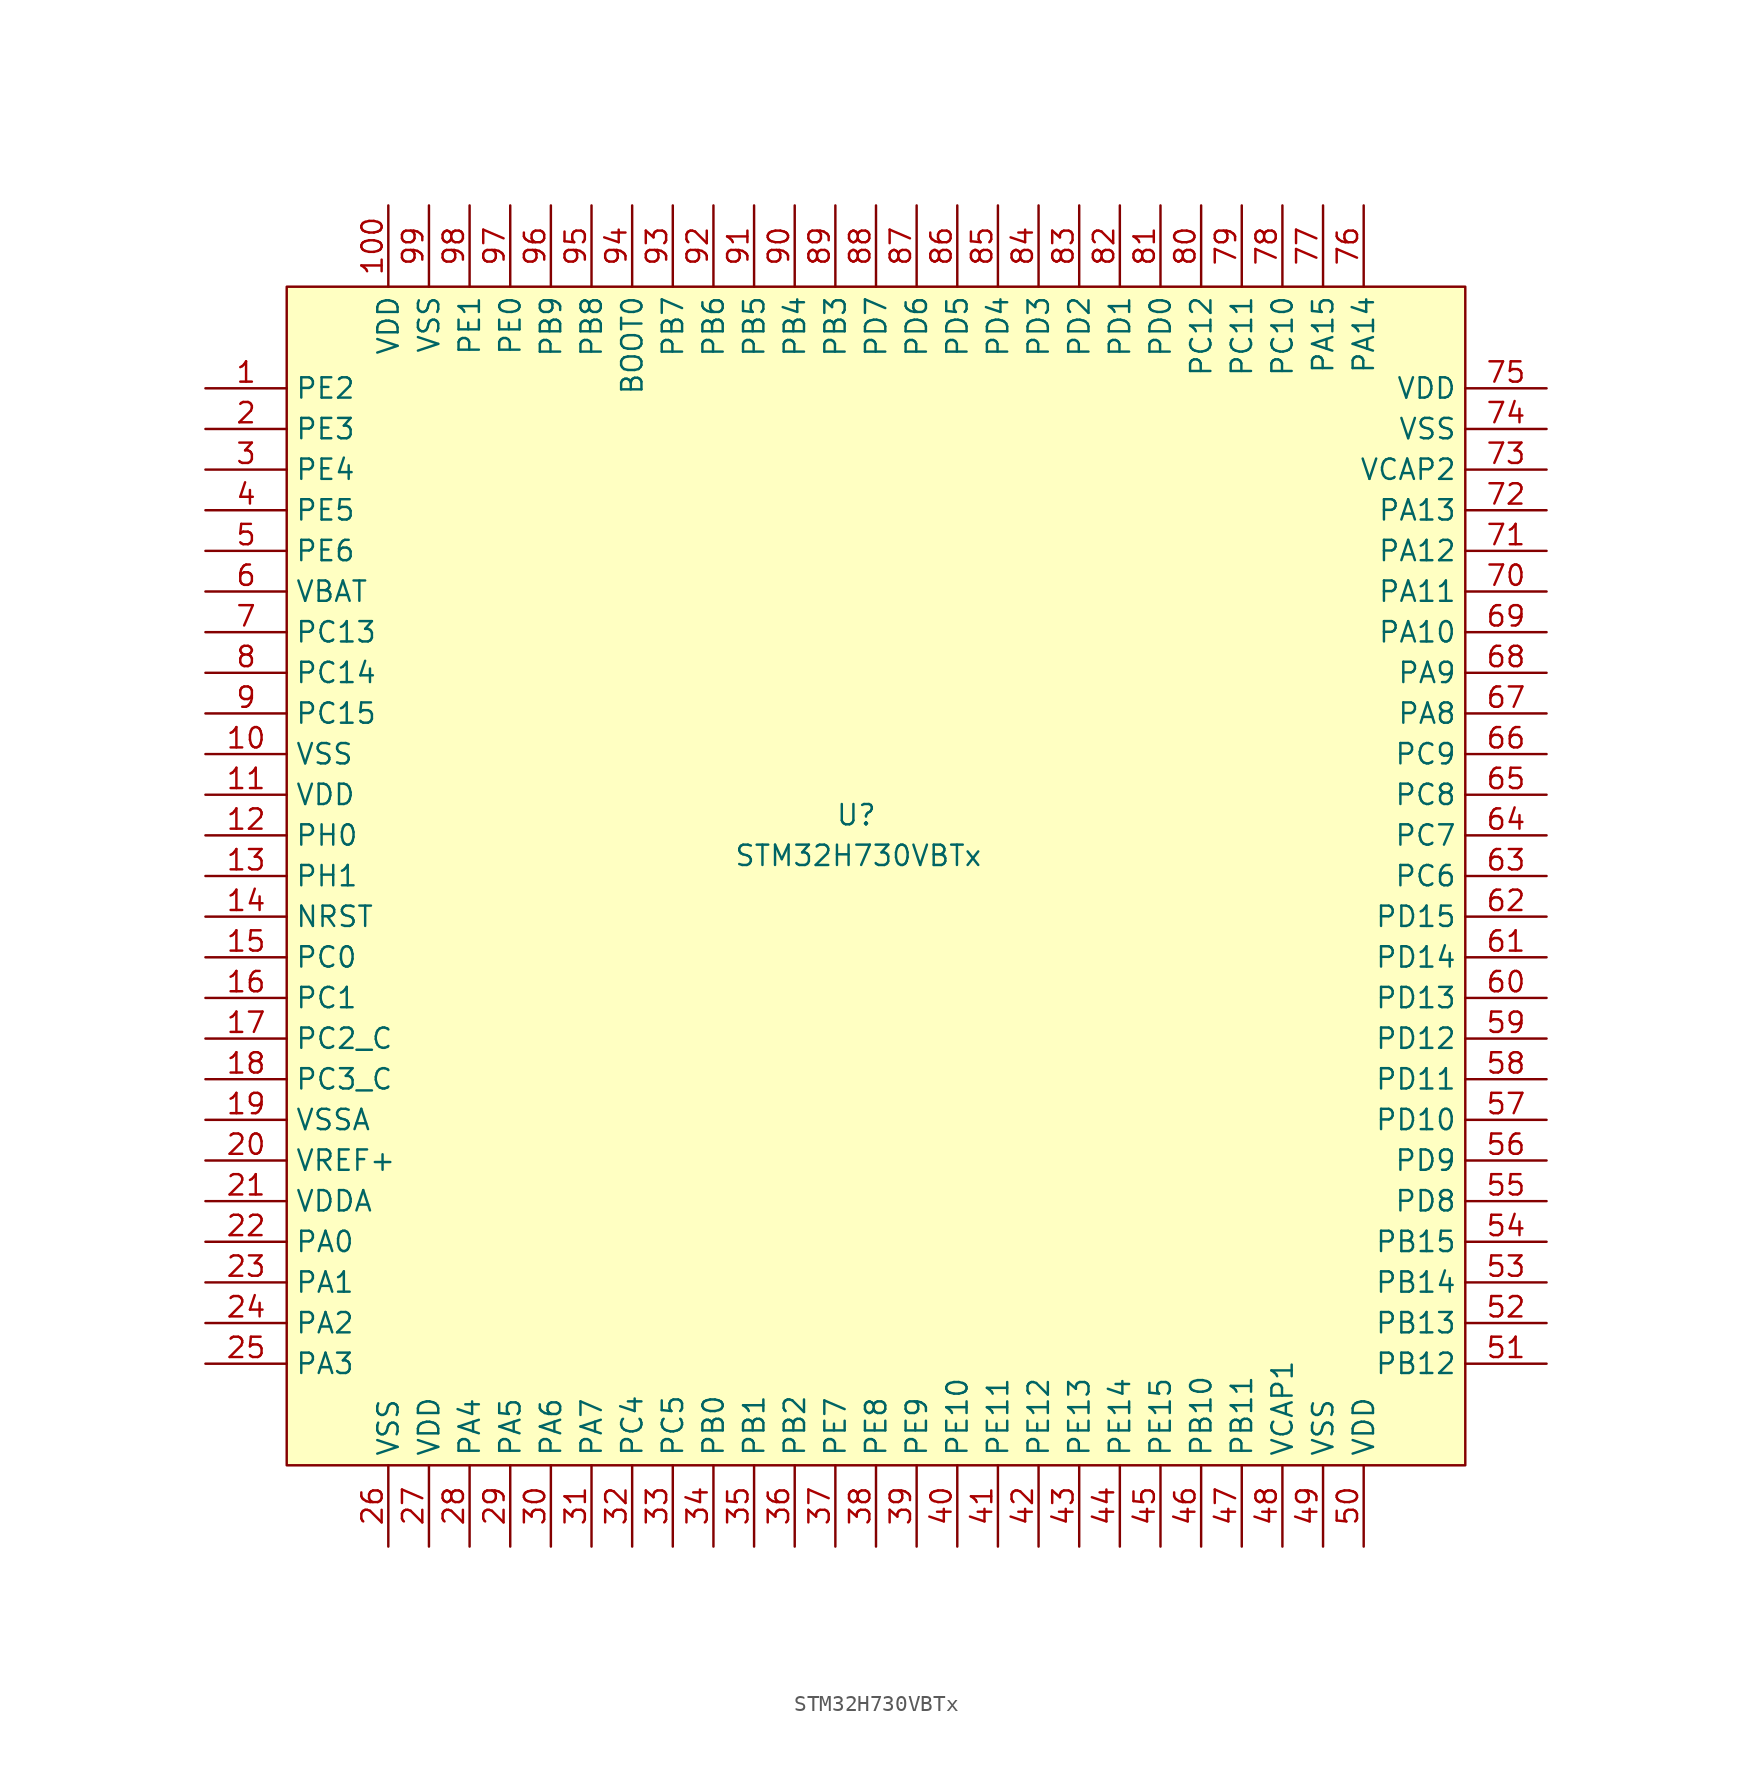
<source format=kicad_sym>
(kicad_symbol_lib
  (version 20211014)
  (generator kicad_symbol_editor)
  (symbol "STM32H730VBTx"
    (property "Reference" "U"
      (at -2.54 3.81 0)
      (effects (font (size 1.27 1.27)) (justify left)))
    (property "Value" "STM32H730VBTx"
      (at -8.89 1.27 0)
      (effects (font (size 1.27 1.27)) (justify left)))
    (symbol "STM32H730VBTx_0_1"
      (rectangle (start -36.83 36.83) (end 36.83 -36.83) (stroke (width 0) (type default) (color 0 0 0 0)) (fill (type background))))
    (symbol "STM32H730VBTx_1_1"
      (pin bidirectional line (at -41.91 30.48 0) (length 5.08) (name "PE2" (effects (font (size 1.27 1.27)))) (number "1" (effects (font (size 1.27 1.27)))))
      (pin power_in line (at -41.91 7.62 0) (length 5.08) (name "VSS" (effects (font (size 1.27 1.27)))) (number "10" (effects (font (size 1.27 1.27)))))
      (pin power_in line (at -30.48 41.91 270) (length 5.08) (name "VDD" (effects (font (size 1.27 1.27)))) (number "100" (effects (font (size 1.27 1.27)))))
      (pin power_in line (at -41.91 5.08 0) (length 5.08) (name "VDD" (effects (font (size 1.27 1.27)))) (number "11" (effects (font (size 1.27 1.27)))))
      (pin input line (at -41.91 2.54 0) (length 5.08) (name "PH0" (effects (font (size 1.27 1.27)))) (number "12" (effects (font (size 1.27 1.27)))))
      (pin input line (at -41.91 0 0) (length 5.08) (name "PH1" (effects (font (size 1.27 1.27)))) (number "13" (effects (font (size 1.27 1.27)))))
      (pin input line (at -41.91 -2.54 0) (length 5.08) (name "NRST" (effects (font (size 1.27 1.27)))) (number "14" (effects (font (size 1.27 1.27)))))
      (pin bidirectional line (at -41.91 -5.08 0) (length 5.08) (name "PC0" (effects (font (size 1.27 1.27)))) (number "15" (effects (font (size 1.27 1.27)))))
      (pin bidirectional line (at -41.91 -7.62 0) (length 5.08) (name "PC1" (effects (font (size 1.27 1.27)))) (number "16" (effects (font (size 1.27 1.27)))))
      (pin bidirectional line (at -41.91 -10.16 0) (length 5.08) (name "PC2_C" (effects (font (size 1.27 1.27)))) (number "17" (effects (font (size 1.27 1.27)))))
      (pin bidirectional line (at -41.91 -12.7 0) (length 5.08) (name "PC3_C" (effects (font (size 1.27 1.27)))) (number "18" (effects (font (size 1.27 1.27)))))
      (pin power_in line (at -41.91 -15.24 0) (length 5.08) (name "VSSA" (effects (font (size 1.27 1.27)))) (number "19" (effects (font (size 1.27 1.27)))))
      (pin bidirectional line (at -41.91 27.94 0) (length 5.08) (name "PE3" (effects (font (size 1.27 1.27)))) (number "2" (effects (font (size 1.27 1.27)))))
      (pin input line (at -41.91 -17.78 0) (length 5.08) (name "VREF+" (effects (font (size 1.27 1.27)))) (number "20" (effects (font (size 1.27 1.27)))))
      (pin power_in line (at -41.91 -20.32 0) (length 5.08) (name "VDDA" (effects (font (size 1.27 1.27)))) (number "21" (effects (font (size 1.27 1.27)))))
      (pin bidirectional line (at -41.91 -22.86 0) (length 5.08) (name "PA0" (effects (font (size 1.27 1.27)))) (number "22" (effects (font (size 1.27 1.27)))))
      (pin bidirectional line (at -41.91 -25.4 0) (length 5.08) (name "PA1" (effects (font (size 1.27 1.27)))) (number "23" (effects (font (size 1.27 1.27)))))
      (pin bidirectional line (at -41.91 -27.94 0) (length 5.08) (name "PA2" (effects (font (size 1.27 1.27)))) (number "24" (effects (font (size 1.27 1.27)))))
      (pin bidirectional line (at -41.91 -30.48 0) (length 5.08) (name "PA3" (effects (font (size 1.27 1.27)))) (number "25" (effects (font (size 1.27 1.27)))))
      (pin power_in line (at -30.48 -41.91 90) (length 5.08) (name "VSS" (effects (font (size 1.27 1.27)))) (number "26" (effects (font (size 1.27 1.27)))))
      (pin power_in line (at -27.94 -41.91 90) (length 5.08) (name "VDD" (effects (font (size 1.27 1.27)))) (number "27" (effects (font (size 1.27 1.27)))))
      (pin bidirectional line (at -25.4 -41.91 90) (length 5.08) (name "PA4" (effects (font (size 1.27 1.27)))) (number "28" (effects (font (size 1.27 1.27)))))
      (pin bidirectional line (at -22.86 -41.91 90) (length 5.08) (name "PA5" (effects (font (size 1.27 1.27)))) (number "29" (effects (font (size 1.27 1.27)))))
      (pin bidirectional line (at -41.91 25.4 0) (length 5.08) (name "PE4" (effects (font (size 1.27 1.27)))) (number "3" (effects (font (size 1.27 1.27)))))
      (pin bidirectional line (at -20.32 -41.91 90) (length 5.08) (name "PA6" (effects (font (size 1.27 1.27)))) (number "30" (effects (font (size 1.27 1.27)))))
      (pin bidirectional line (at -17.78 -41.91 90) (length 5.08) (name "PA7" (effects (font (size 1.27 1.27)))) (number "31" (effects (font (size 1.27 1.27)))))
      (pin bidirectional line (at -15.24 -41.91 90) (length 5.08) (name "PC4" (effects (font (size 1.27 1.27)))) (number "32" (effects (font (size 1.27 1.27)))))
      (pin bidirectional line (at -12.7 -41.91 90) (length 5.08) (name "PC5" (effects (font (size 1.27 1.27)))) (number "33" (effects (font (size 1.27 1.27)))))
      (pin bidirectional line (at -10.16 -41.91 90) (length 5.08) (name "PB0" (effects (font (size 1.27 1.27)))) (number "34" (effects (font (size 1.27 1.27)))))
      (pin bidirectional line (at -7.62 -41.91 90) (length 5.08) (name "PB1" (effects (font (size 1.27 1.27)))) (number "35" (effects (font (size 1.27 1.27)))))
      (pin bidirectional line (at -5.08 -41.91 90) (length 5.08) (name "PB2" (effects (font (size 1.27 1.27)))) (number "36" (effects (font (size 1.27 1.27)))))
      (pin bidirectional line (at -2.54 -41.91 90) (length 5.08) (name "PE7" (effects (font (size 1.27 1.27)))) (number "37" (effects (font (size 1.27 1.27)))))
      (pin bidirectional line (at 0 -41.91 90) (length 5.08) (name "PE8" (effects (font (size 1.27 1.27)))) (number "38" (effects (font (size 1.27 1.27)))))
      (pin bidirectional line (at 2.54 -41.91 90) (length 5.08) (name "PE9" (effects (font (size 1.27 1.27)))) (number "39" (effects (font (size 1.27 1.27)))))
      (pin bidirectional line (at -41.91 22.86 0) (length 5.08) (name "PE5" (effects (font (size 1.27 1.27)))) (number "4" (effects (font (size 1.27 1.27)))))
      (pin bidirectional line (at 5.08 -41.91 90) (length 5.08) (name "PE10" (effects (font (size 1.27 1.27)))) (number "40" (effects (font (size 1.27 1.27)))))
      (pin bidirectional line (at 7.62 -41.91 90) (length 5.08) (name "PE11" (effects (font (size 1.27 1.27)))) (number "41" (effects (font (size 1.27 1.27)))))
      (pin bidirectional line (at 10.16 -41.91 90) (length 5.08) (name "PE12" (effects (font (size 1.27 1.27)))) (number "42" (effects (font (size 1.27 1.27)))))
      (pin bidirectional line (at 12.7 -41.91 90) (length 5.08) (name "PE13" (effects (font (size 1.27 1.27)))) (number "43" (effects (font (size 1.27 1.27)))))
      (pin bidirectional line (at 15.24 -41.91 90) (length 5.08) (name "PE14" (effects (font (size 1.27 1.27)))) (number "44" (effects (font (size 1.27 1.27)))))
      (pin bidirectional line (at 17.78 -41.91 90) (length 5.08) (name "PE15" (effects (font (size 1.27 1.27)))) (number "45" (effects (font (size 1.27 1.27)))))
      (pin bidirectional line (at 20.32 -41.91 90) (length 5.08) (name "PB10" (effects (font (size 1.27 1.27)))) (number "46" (effects (font (size 1.27 1.27)))))
      (pin bidirectional line (at 22.86 -41.91 90) (length 5.08) (name "PB11" (effects (font (size 1.27 1.27)))) (number "47" (effects (font (size 1.27 1.27)))))
      (pin passive line (at 25.4 -41.91 90) (length 5.08) (name "VCAP1" (effects (font (size 1.27 1.27)))) (number "48" (effects (font (size 1.27 1.27)))))
      (pin power_in line (at 27.94 -41.91 90) (length 5.08) (name "VSS" (effects (font (size 1.27 1.27)))) (number "49" (effects (font (size 1.27 1.27)))))
      (pin bidirectional line (at -41.91 20.32 0) (length 5.08) (name "PE6" (effects (font (size 1.27 1.27)))) (number "5" (effects (font (size 1.27 1.27)))))
      (pin power_in line (at 30.48 -41.91 90) (length 5.08) (name "VDD" (effects (font (size 1.27 1.27)))) (number "50" (effects (font (size 1.27 1.27)))))
      (pin bidirectional line (at 41.91 -30.48 180) (length 5.08) (name "PB12" (effects (font (size 1.27 1.27)))) (number "51" (effects (font (size 1.27 1.27)))))
      (pin bidirectional line (at 41.91 -27.94 180) (length 5.08) (name "PB13" (effects (font (size 1.27 1.27)))) (number "52" (effects (font (size 1.27 1.27)))))
      (pin bidirectional line (at 41.91 -25.4 180) (length 5.08) (name "PB14" (effects (font (size 1.27 1.27)))) (number "53" (effects (font (size 1.27 1.27)))))
      (pin bidirectional line (at 41.91 -22.86 180) (length 5.08) (name "PB15" (effects (font (size 1.27 1.27)))) (number "54" (effects (font (size 1.27 1.27)))))
      (pin bidirectional line (at 41.91 -20.32 180) (length 5.08) (name "PD8" (effects (font (size 1.27 1.27)))) (number "55" (effects (font (size 1.27 1.27)))))
      (pin bidirectional line (at 41.91 -17.78 180) (length 5.08) (name "PD9" (effects (font (size 1.27 1.27)))) (number "56" (effects (font (size 1.27 1.27)))))
      (pin bidirectional line (at 41.91 -15.24 180) (length 5.08) (name "PD10" (effects (font (size 1.27 1.27)))) (number "57" (effects (font (size 1.27 1.27)))))
      (pin bidirectional line (at 41.91 -12.7 180) (length 5.08) (name "PD11" (effects (font (size 1.27 1.27)))) (number "58" (effects (font (size 1.27 1.27)))))
      (pin bidirectional line (at 41.91 -10.16 180) (length 5.08) (name "PD12" (effects (font (size 1.27 1.27)))) (number "59" (effects (font (size 1.27 1.27)))))
      (pin power_in line (at -41.91 17.78 0) (length 5.08) (name "VBAT" (effects (font (size 1.27 1.27)))) (number "6" (effects (font (size 1.27 1.27)))))
      (pin bidirectional line (at 41.91 -7.62 180) (length 5.08) (name "PD13" (effects (font (size 1.27 1.27)))) (number "60" (effects (font (size 1.27 1.27)))))
      (pin bidirectional line (at 41.91 -5.08 180) (length 5.08) (name "PD14" (effects (font (size 1.27 1.27)))) (number "61" (effects (font (size 1.27 1.27)))))
      (pin bidirectional line (at 41.91 -2.54 180) (length 5.08) (name "PD15" (effects (font (size 1.27 1.27)))) (number "62" (effects (font (size 1.27 1.27)))))
      (pin bidirectional line (at 41.91 0 180) (length 5.08) (name "PC6" (effects (font (size 1.27 1.27)))) (number "63" (effects (font (size 1.27 1.27)))))
      (pin bidirectional line (at 41.91 2.54 180) (length 5.08) (name "PC7" (effects (font (size 1.27 1.27)))) (number "64" (effects (font (size 1.27 1.27)))))
      (pin bidirectional line (at 41.91 5.08 180) (length 5.08) (name "PC8" (effects (font (size 1.27 1.27)))) (number "65" (effects (font (size 1.27 1.27)))))
      (pin bidirectional line (at 41.91 7.62 180) (length 5.08) (name "PC9" (effects (font (size 1.27 1.27)))) (number "66" (effects (font (size 1.27 1.27)))))
      (pin bidirectional line (at 41.91 10.16 180) (length 5.08) (name "PA8" (effects (font (size 1.27 1.27)))) (number "67" (effects (font (size 1.27 1.27)))))
      (pin bidirectional line (at 41.91 12.7 180) (length 5.08) (name "PA9" (effects (font (size 1.27 1.27)))) (number "68" (effects (font (size 1.27 1.27)))))
      (pin bidirectional line (at 41.91 15.24 180) (length 5.08) (name "PA10" (effects (font (size 1.27 1.27)))) (number "69" (effects (font (size 1.27 1.27)))))
      (pin bidirectional line (at -41.91 15.24 0) (length 5.08) (name "PC13" (effects (font (size 1.27 1.27)))) (number "7" (effects (font (size 1.27 1.27)))))
      (pin bidirectional line (at 41.91 17.78 180) (length 5.08) (name "PA11" (effects (font (size 1.27 1.27)))) (number "70" (effects (font (size 1.27 1.27)))))
      (pin bidirectional line (at 41.91 20.32 180) (length 5.08) (name "PA12" (effects (font (size 1.27 1.27)))) (number "71" (effects (font (size 1.27 1.27)))))
      (pin bidirectional line (at 41.91 22.86 180) (length 5.08) (name "PA13" (effects (font (size 1.27 1.27)))) (number "72" (effects (font (size 1.27 1.27)))))
      (pin passive line (at 41.91 25.4 180) (length 5.08) (name "VCAP2" (effects (font (size 1.27 1.27)))) (number "73" (effects (font (size 1.27 1.27)))))
      (pin power_in line (at 41.91 27.94 180) (length 5.08) (name "VSS" (effects (font (size 1.27 1.27)))) (number "74" (effects (font (size 1.27 1.27)))))
      (pin power_in line (at 41.91 30.48 180) (length 5.08) (name "VDD" (effects (font (size 1.27 1.27)))) (number "75" (effects (font (size 1.27 1.27)))))
      (pin bidirectional line (at 30.48 41.91 270) (length 5.08) (name "PA14" (effects (font (size 1.27 1.27)))) (number "76" (effects (font (size 1.27 1.27)))))
      (pin bidirectional line (at 27.94 41.91 270) (length 5.08) (name "PA15" (effects (font (size 1.27 1.27)))) (number "77" (effects (font (size 1.27 1.27)))))
      (pin bidirectional line (at 25.4 41.91 270) (length 5.08) (name "PC10" (effects (font (size 1.27 1.27)))) (number "78" (effects (font (size 1.27 1.27)))))
      (pin bidirectional line (at 22.86 41.91 270) (length 5.08) (name "PC11" (effects (font (size 1.27 1.27)))) (number "79" (effects (font (size 1.27 1.27)))))
      (pin bidirectional line (at -41.91 12.7 0) (length 5.08) (name "PC14" (effects (font (size 1.27 1.27)))) (number "8" (effects (font (size 1.27 1.27)))))
      (pin bidirectional line (at 20.32 41.91 270) (length 5.08) (name "PC12" (effects (font (size 1.27 1.27)))) (number "80" (effects (font (size 1.27 1.27)))))
      (pin bidirectional line (at 17.78 41.91 270) (length 5.08) (name "PD0" (effects (font (size 1.27 1.27)))) (number "81" (effects (font (size 1.27 1.27)))))
      (pin bidirectional line (at 15.24 41.91 270) (length 5.08) (name "PD1" (effects (font (size 1.27 1.27)))) (number "82" (effects (font (size 1.27 1.27)))))
      (pin bidirectional line (at 12.7 41.91 270) (length 5.08) (name "PD2" (effects (font (size 1.27 1.27)))) (number "83" (effects (font (size 1.27 1.27)))))
      (pin bidirectional line (at 10.16 41.91 270) (length 5.08) (name "PD3" (effects (font (size 1.27 1.27)))) (number "84" (effects (font (size 1.27 1.27)))))
      (pin bidirectional line (at 7.62 41.91 270) (length 5.08) (name "PD4" (effects (font (size 1.27 1.27)))) (number "85" (effects (font (size 1.27 1.27)))))
      (pin bidirectional line (at 5.08 41.91 270) (length 5.08) (name "PD5" (effects (font (size 1.27 1.27)))) (number "86" (effects (font (size 1.27 1.27)))))
      (pin bidirectional line (at 2.54 41.91 270) (length 5.08) (name "PD6" (effects (font (size 1.27 1.27)))) (number "87" (effects (font (size 1.27 1.27)))))
      (pin bidirectional line (at 0 41.91 270) (length 5.08) (name "PD7" (effects (font (size 1.27 1.27)))) (number "88" (effects (font (size 1.27 1.27)))))
      (pin bidirectional line (at -2.54 41.91 270) (length 5.08) (name "PB3" (effects (font (size 1.27 1.27)))) (number "89" (effects (font (size 1.27 1.27)))))
      (pin bidirectional line (at -41.91 10.16 0) (length 5.08) (name "PC15" (effects (font (size 1.27 1.27)))) (number "9" (effects (font (size 1.27 1.27)))))
      (pin bidirectional line (at -5.08 41.91 270) (length 5.08) (name "PB4" (effects (font (size 1.27 1.27)))) (number "90" (effects (font (size 1.27 1.27)))))
      (pin bidirectional line (at -7.62 41.91 270) (length 5.08) (name "PB5" (effects (font (size 1.27 1.27)))) (number "91" (effects (font (size 1.27 1.27)))))
      (pin bidirectional line (at -10.16 41.91 270) (length 5.08) (name "PB6" (effects (font (size 1.27 1.27)))) (number "92" (effects (font (size 1.27 1.27)))))
      (pin bidirectional line (at -12.7 41.91 270) (length 5.08) (name "PB7" (effects (font (size 1.27 1.27)))) (number "93" (effects (font (size 1.27 1.27)))))
      (pin input line (at -15.24 41.91 270) (length 5.08) (name "BOOT0" (effects (font (size 1.27 1.27)))) (number "94" (effects (font (size 1.27 1.27)))))
      (pin bidirectional line (at -17.78 41.91 270) (length 5.08) (name "PB8" (effects (font (size 1.27 1.27)))) (number "95" (effects (font (size 1.27 1.27)))))
      (pin bidirectional line (at -20.32 41.91 270) (length 5.08) (name "PB9" (effects (font (size 1.27 1.27)))) (number "96" (effects (font (size 1.27 1.27)))))
      (pin bidirectional line (at -22.86 41.91 270) (length 5.08) (name "PE0" (effects (font (size 1.27 1.27)))) (number "97" (effects (font (size 1.27 1.27)))))
      (pin bidirectional line (at -25.4 41.91 270) (length 5.08) (name "PE1" (effects (font (size 1.27 1.27)))) (number "98" (effects (font (size 1.27 1.27)))))
      (pin power_in line (at -27.94 41.91 270) (length 5.08) (name "VSS" (effects (font (size 1.27 1.27)))) (number "99" (effects (font (size 1.27 1.27))))))))
</source>
